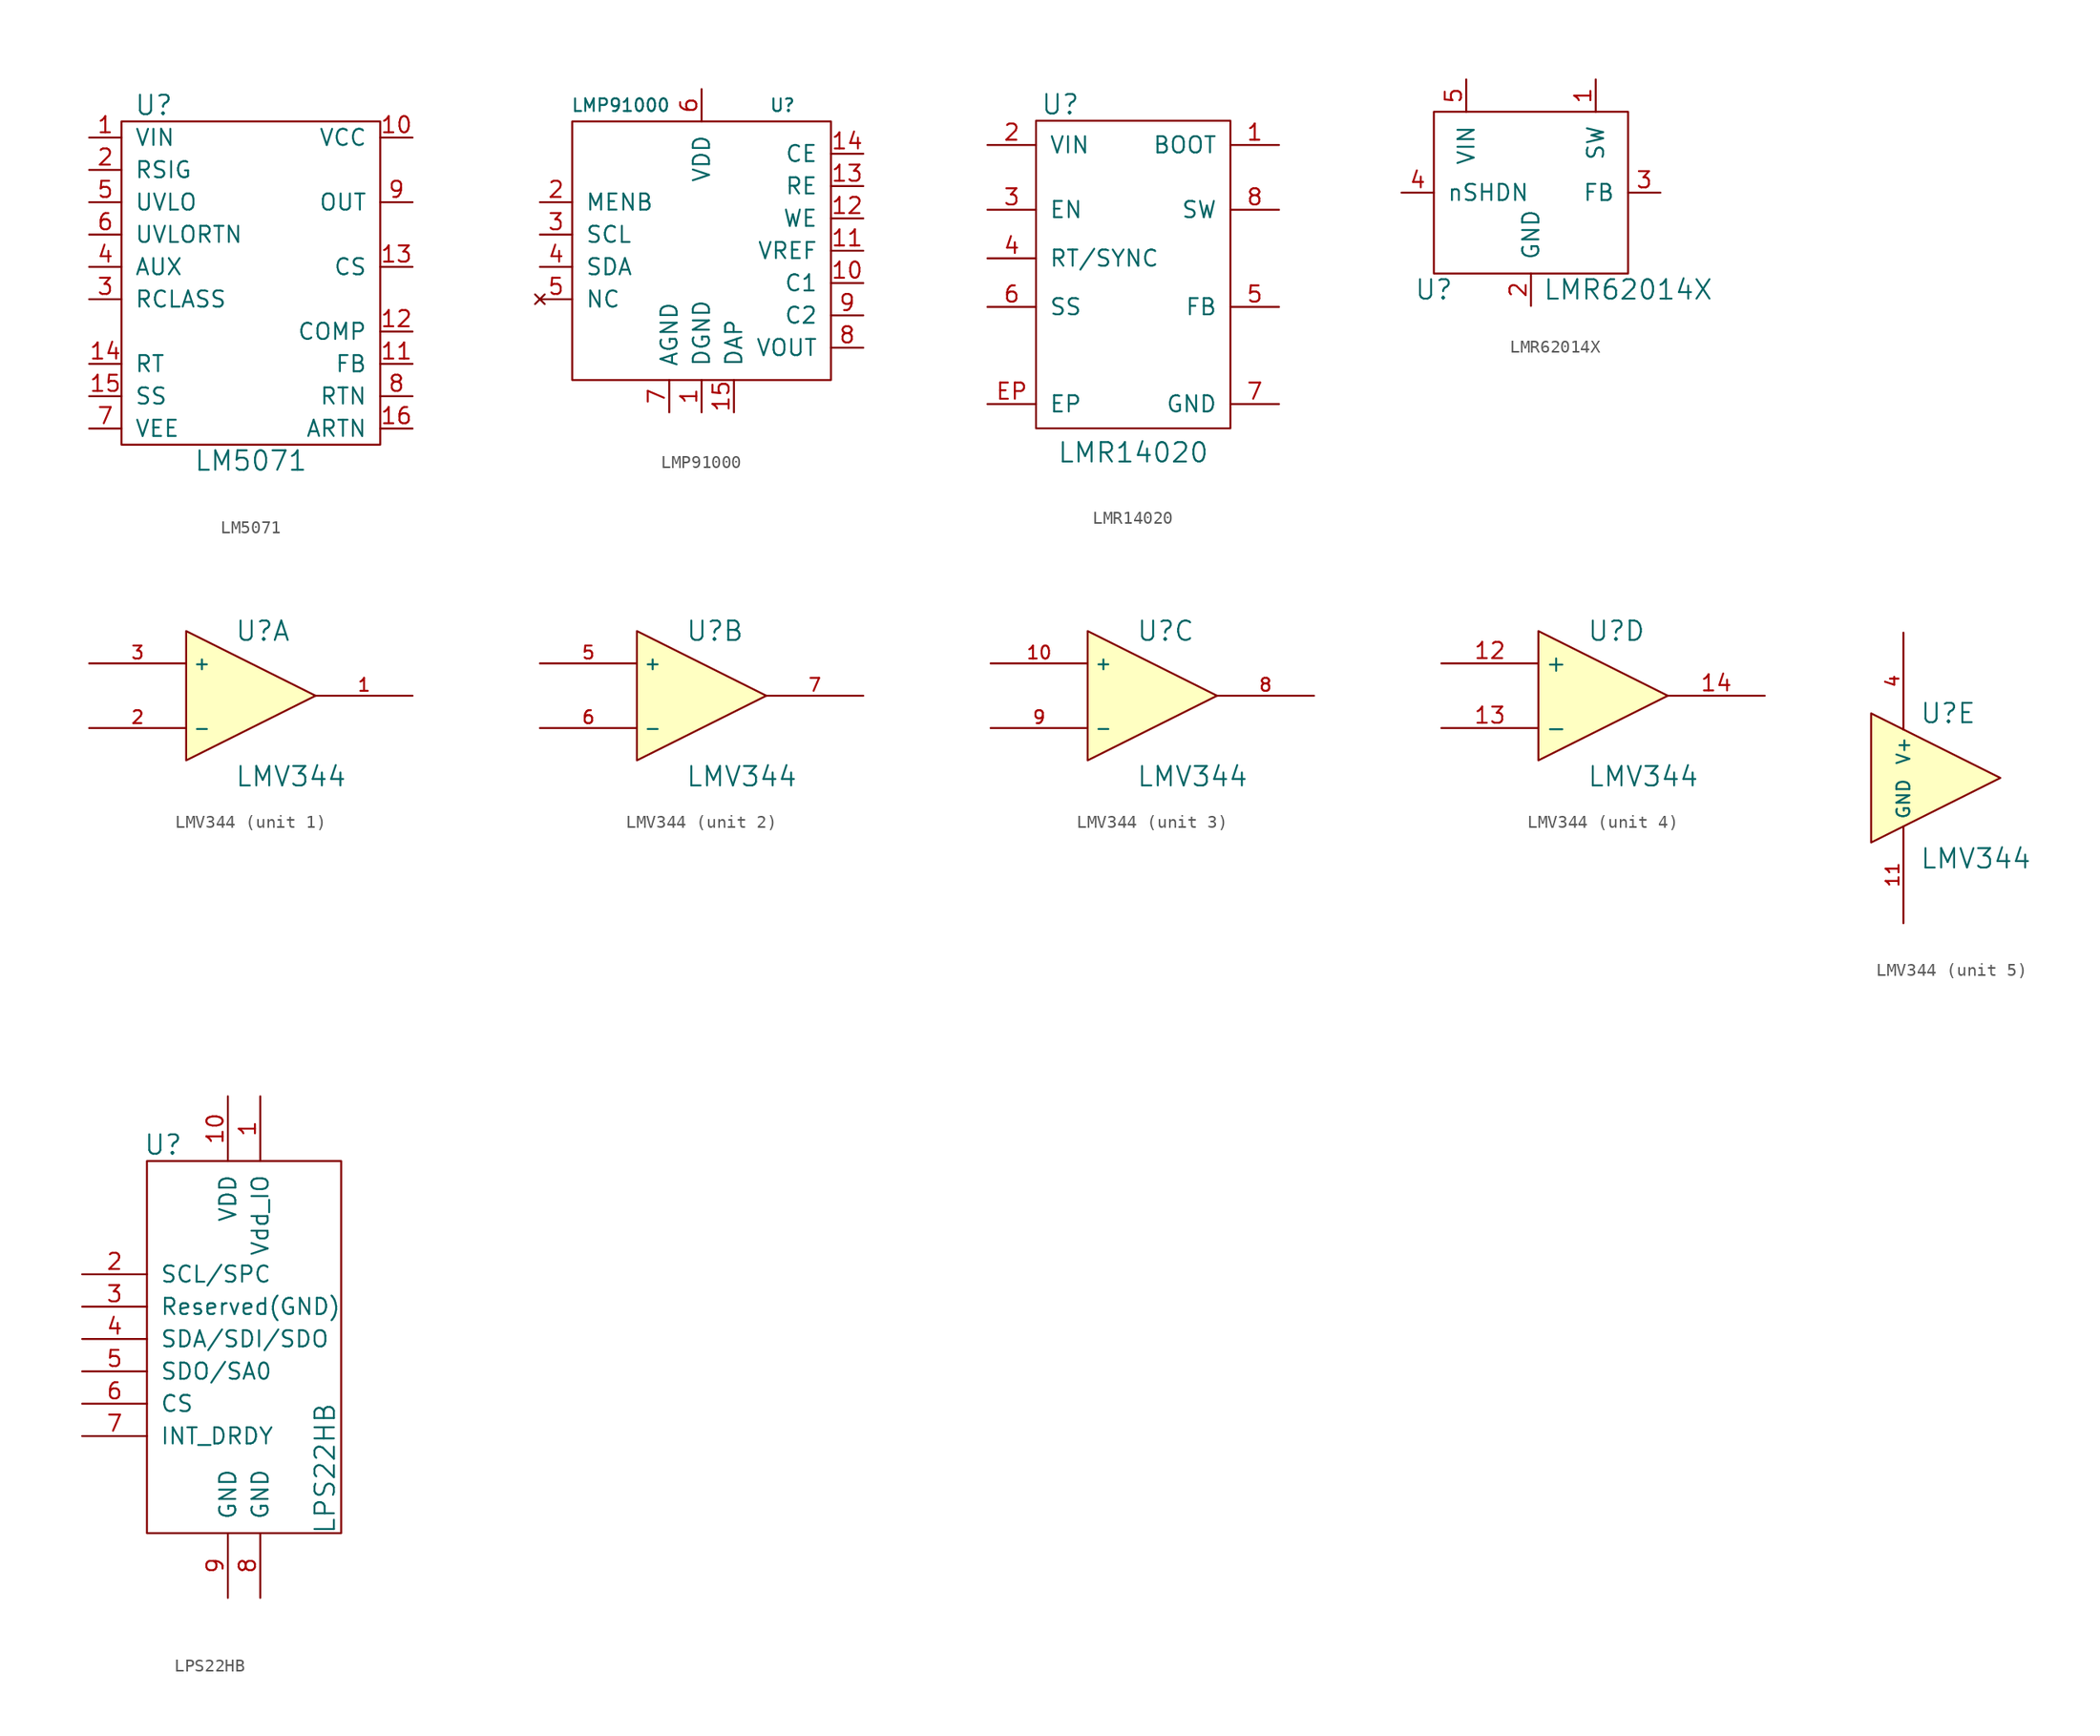
<source format=kicad_sym>
(kicad_symbol_lib
  (version 20210619)
  (generator kicad_symbol_editor)
  (symbol "tinkerforge:LM5071"
    (pin_names
      (offset 1.016))
    (property "Reference" "U"
      (at -7.62 13.97 0)
      (effects (font (size 1.524 1.524))))
    (property "Value" "LM5071"
      (at 0 -13.97 0)
      (effects (font (size 1.524 1.524))))
    (property "Footprint" ""
      (at 1.27 5.08 0)
      (effects (font (size 1.524 1.524))))
    (property "Datasheet" ""
      (at 1.27 5.08 0)
      (effects (font (size 1.524 1.524))))
    (symbol "LM5071_0_1"
      (rectangle (start -10.16 12.7) (end 10.16 -12.7) (stroke (width 0)) (fill (type none))))
    (symbol "LM5071_1_1"
      (pin passive line (at -12.7 11.43 0) (length 2.54) (name "VIN" (effects (font (size 1.27 1.27)))) (number "1" (effects (font (size 1.27 1.27)))))
      (pin passive line (at 12.7 11.43 180) (length 2.54) (name "VCC" (effects (font (size 1.27 1.27)))) (number "10" (effects (font (size 1.27 1.27)))))
      (pin passive line (at 12.7 -6.35 180) (length 2.54) (name "FB" (effects (font (size 1.27 1.27)))) (number "11" (effects (font (size 1.27 1.27)))))
      (pin passive line (at 12.7 -3.81 180) (length 2.54) (name "COMP" (effects (font (size 1.27 1.27)))) (number "12" (effects (font (size 1.27 1.27)))))
      (pin passive line (at 12.7 1.27 180) (length 2.54) (name "CS" (effects (font (size 1.27 1.27)))) (number "13" (effects (font (size 1.27 1.27)))))
      (pin passive line (at -12.7 -6.35 0) (length 2.54) (name "RT" (effects (font (size 1.27 1.27)))) (number "14" (effects (font (size 1.27 1.27)))))
      (pin passive line (at -12.7 -8.89 0) (length 2.54) (name "SS" (effects (font (size 1.27 1.27)))) (number "15" (effects (font (size 1.27 1.27)))))
      (pin passive line (at 12.7 -11.43 180) (length 2.54) (name "ARTN" (effects (font (size 1.27 1.27)))) (number "16" (effects (font (size 1.27 1.27)))))
      (pin passive line (at -12.7 8.89 0) (length 2.54) (name "RSIG" (effects (font (size 1.27 1.27)))) (number "2" (effects (font (size 1.27 1.27)))))
      (pin passive line (at -12.7 -1.27 0) (length 2.54) (name "RCLASS" (effects (font (size 1.27 1.27)))) (number "3" (effects (font (size 1.27 1.27)))))
      (pin passive line (at -12.7 1.27 0) (length 2.54) (name "AUX" (effects (font (size 1.27 1.27)))) (number "4" (effects (font (size 1.27 1.27)))))
      (pin passive line (at -12.7 6.35 0) (length 2.54) (name "UVLO" (effects (font (size 1.27 1.27)))) (number "5" (effects (font (size 1.27 1.27)))))
      (pin passive line (at -12.7 3.81 0) (length 2.54) (name "UVLORTN" (effects (font (size 1.27 1.27)))) (number "6" (effects (font (size 1.27 1.27)))))
      (pin passive line (at -12.7 -11.43 0) (length 2.54) (name "VEE" (effects (font (size 1.27 1.27)))) (number "7" (effects (font (size 1.27 1.27)))))
      (pin passive line (at 12.7 -8.89 180) (length 2.54) (name "RTN" (effects (font (size 1.27 1.27)))) (number "8" (effects (font (size 1.27 1.27)))))
      (pin passive line (at 12.7 6.35 180) (length 2.54) (name "OUT" (effects (font (size 1.27 1.27)))) (number "9" (effects (font (size 1.27 1.27)))))))
  (symbol "tinkerforge:LMP91000"
    (pin_names
      (offset 1.016))
    (property "Reference" "U"
      (at 6.35 11.43 0)
      (effects (font (size 0.991 0.991))))
    (property "Value" "LMP91000"
      (at -6.35 11.43 0)
      (effects (font (size 0.991 0.991))))
    (symbol "LMP91000_0_1"
      (rectangle (start 10.16 10.16) (end -10.16 -10.16) (stroke (width 0)) (fill (type none))))
    (symbol "LMP91000_1_1"
      (pin passive line (at 0 -12.7 90) (length 2.54) (name "DGND" (effects (font (size 1.27 1.27)))) (number "1" (effects (font (size 1.27 1.27)))))
      (pin passive line (at 12.7 -2.54 180) (length 2.54) (name "C1" (effects (font (size 1.27 1.27)))) (number "10" (effects (font (size 1.27 1.27)))))
      (pin passive line (at 12.7 0 180) (length 2.54) (name "VREF" (effects (font (size 1.27 1.27)))) (number "11" (effects (font (size 1.27 1.27)))))
      (pin passive line (at 12.7 2.54 180) (length 2.54) (name "WE" (effects (font (size 1.27 1.27)))) (number "12" (effects (font (size 1.27 1.27)))))
      (pin passive line (at 12.7 5.08 180) (length 2.54) (name "RE" (effects (font (size 1.27 1.27)))) (number "13" (effects (font (size 1.27 1.27)))))
      (pin passive line (at 12.7 7.62 180) (length 2.54) (name "CE" (effects (font (size 1.27 1.27)))) (number "14" (effects (font (size 1.27 1.27)))))
      (pin passive line (at 2.54 -12.7 90) (length 2.54) (name "DAP" (effects (font (size 1.27 1.27)))) (number "15" (effects (font (size 1.27 1.27)))))
      (pin passive line (at -12.7 3.81 0) (length 2.54) (name "MENB" (effects (font (size 1.27 1.27)))) (number "2" (effects (font (size 1.27 1.27)))))
      (pin passive line (at -12.7 1.27 0) (length 2.54) (name "SCL" (effects (font (size 1.27 1.27)))) (number "3" (effects (font (size 1.27 1.27)))))
      (pin passive line (at -12.7 -1.27 0) (length 2.54) (name "SDA" (effects (font (size 1.27 1.27)))) (number "4" (effects (font (size 1.27 1.27)))))
      (pin no_connect line (at -12.7 -3.81 0) (length 2.54) (name "NC" (effects (font (size 1.27 1.27)))) (number "5" (effects (font (size 1.27 1.27)))))
      (pin passive line (at 0 12.7 270) (length 2.54) (name "VDD" (effects (font (size 1.27 1.27)))) (number "6" (effects (font (size 1.27 1.27)))))
      (pin passive line (at -2.54 -12.7 90) (length 2.54) (name "AGND" (effects (font (size 1.27 1.27)))) (number "7" (effects (font (size 1.27 1.27)))))
      (pin passive line (at 12.7 -7.62 180) (length 2.54) (name "VOUT" (effects (font (size 1.27 1.27)))) (number "8" (effects (font (size 1.27 1.27)))))
      (pin passive line (at 12.7 -5.08 180) (length 2.54) (name "C2" (effects (font (size 1.27 1.27)))) (number "9" (effects (font (size 1.27 1.27)))))))
  (symbol "tinkerforge:LMR14020"
    (pin_names
      (offset 1.016))
    (property "Reference" "U"
      (at -5.715 13.335 0)
      (effects (font (size 1.524 1.524))))
    (property "Value" "LMR14020"
      (at 0 -13.97 0)
      (effects (font (size 1.524 1.524))))
    (symbol "LMR14020_0_1"
      (rectangle (start 7.62 12.065) (end -7.62 -12.065) (stroke (width 0)) (fill (type none))))
    (symbol "LMR14020_1_1"
      (pin passive line (at 11.43 10.16 180) (length 3.81) (name "BOOT" (effects (font (size 1.27 1.27)))) (number "1" (effects (font (size 1.27 1.27)))))
      (pin passive line (at -11.43 10.16 0) (length 3.81) (name "VIN" (effects (font (size 1.27 1.27)))) (number "2" (effects (font (size 1.27 1.27)))))
      (pin passive line (at -11.43 5.08 0) (length 3.81) (name "EN" (effects (font (size 1.27 1.27)))) (number "3" (effects (font (size 1.27 1.27)))))
      (pin passive line (at -11.43 1.27 0) (length 3.81) (name "RT/SYNC" (effects (font (size 1.27 1.27)))) (number "4" (effects (font (size 1.27 1.27)))))
      (pin passive line (at 11.43 -2.54 180) (length 3.81) (name "FB" (effects (font (size 1.27 1.27)))) (number "5" (effects (font (size 1.27 1.27)))))
      (pin passive line (at -11.43 -2.54 0) (length 3.81) (name "SS" (effects (font (size 1.27 1.27)))) (number "6" (effects (font (size 1.27 1.27)))))
      (pin passive line (at 11.43 -10.16 180) (length 3.81) (name "GND" (effects (font (size 1.27 1.27)))) (number "7" (effects (font (size 1.27 1.27)))))
      (pin passive line (at 11.43 5.08 180) (length 3.81) (name "SW" (effects (font (size 1.27 1.27)))) (number "8" (effects (font (size 1.27 1.27)))))
      (pin passive line (at -11.43 -10.16 0) (length 3.81) (name "EP" (effects (font (size 1.27 1.27)))) (number "EP" (effects (font (size 1.27 1.27)))))))
  (symbol "tinkerforge:LMR62014X"
    (pin_names
      (offset 1.016))
    (property "Reference" "U"
      (at -7.62 -7.62 0)
      (effects (font (size 1.524 1.524))))
    (property "Value" "LMR62014X"
      (at 7.62 -7.62 0)
      (effects (font (size 1.524 1.524))))
    (property "Footprint" ""
      (at 0 0 0)
      (effects (font (size 1.524 1.524))))
    (property "Datasheet" ""
      (at 0 0 0)
      (effects (font (size 1.524 1.524))))
    (symbol "LMR62014X_0_1"
      (rectangle (start -7.62 6.35) (end 7.62 -6.35) (stroke (width 0)) (fill (type none))))
    (symbol "LMR62014X_1_1"
      (pin input line (at 5.08 8.89 270) (length 2.54) (name "SW" (effects (font (size 1.27 1.27)))) (number "1" (effects (font (size 1.27 1.27)))))
      (pin input line (at 0 -8.89 90) (length 2.54) (name "GND" (effects (font (size 1.27 1.27)))) (number "2" (effects (font (size 1.27 1.27)))))
      (pin input line (at 10.16 0 180) (length 2.54) (name "FB" (effects (font (size 1.27 1.27)))) (number "3" (effects (font (size 1.27 1.27)))))
      (pin input line (at -10.16 0 0) (length 2.54) (name "nSHDN" (effects (font (size 1.27 1.27)))) (number "4" (effects (font (size 1.27 1.27)))))
      (pin input line (at -5.08 8.89 270) (length 2.54) (name "VIN" (effects (font (size 1.27 1.27)))) (number "5" (effects (font (size 1.27 1.27)))))))
  (symbol "tinkerforge:LMV344"
    (property "Reference" "U"
      (at -1.27 5.08 0)
      (effects (font (size 1.524 1.524)) (justify left)))
    (property "Value" "LMV344"
      (at -1.27 -6.35 0)
      (effects (font (size 1.524 1.524)) (justify left)))
    (property "Footprint" ""
      (at 0 0 0)
      (effects (font (size 1.524 1.524))))
    (property "Datasheet" ""
      (at 0 0 0)
      (effects (font (size 1.524 1.524))))
    (property "ki_locked" ""
      (at 0 0 0)
      (effects (font (size 1.27 1.27))))
    (symbol "LMV344_0_1"
      (polyline (pts (xy -5.08 5.08) (xy 5.08 0) (xy -5.08 -5.08) (xy -5.08 5.08)) (stroke (width 0.152)) (fill (type background))))
    (symbol "LMV344_1_1"
      (pin output line (at 12.7 0 180) (length 7.62) (name "~" (effects (font (size 1.016 1.016)))) (number "1" (effects (font (size 1.016 1.016)))))
      (pin input line (at -12.7 -2.54 0) (length 7.62) (name "-" (effects (font (size 1.016 1.016)))) (number "2" (effects (font (size 1.016 1.016)))))
      (pin input line (at -12.7 2.54 0) (length 7.62) (name "+" (effects (font (size 1.016 1.016)))) (number "3" (effects (font (size 1.016 1.016))))))
    (symbol "LMV344_2_1"
      (pin input line (at -12.7 2.54 0) (length 7.62) (name "+" (effects (font (size 1.016 1.016)))) (number "5" (effects (font (size 1.016 1.016)))))
      (pin input line (at -12.7 -2.54 0) (length 7.62) (name "-" (effects (font (size 1.016 1.016)))) (number "6" (effects (font (size 1.016 1.016)))))
      (pin output line (at 12.7 0 180) (length 7.62) (name "~" (effects (font (size 1.016 1.016)))) (number "7" (effects (font (size 1.016 1.016))))))
    (symbol "LMV344_3_1"
      (pin input line (at -12.7 2.54 0) (length 7.62) (name "+" (effects (font (size 1.016 1.016)))) (number "10" (effects (font (size 1.016 1.016)))))
      (pin output line (at 12.7 0 180) (length 7.62) (name "~" (effects (font (size 1.016 1.016)))) (number "8" (effects (font (size 1.016 1.016)))))
      (pin input line (at -12.7 -2.54 0) (length 7.62) (name "-" (effects (font (size 1.016 1.016)))) (number "9" (effects (font (size 1.016 1.016))))))
    (symbol "LMV344_4_1"
      (pin input line (at -12.7 2.54 0) (length 7.62) (name "+" (effects (font (size 1.27 1.27)))) (number "12" (effects (font (size 1.27 1.27)))))
      (pin input line (at -12.7 -2.54 0) (length 7.62) (name "-" (effects (font (size 1.27 1.27)))) (number "13" (effects (font (size 1.27 1.27)))))
      (pin output line (at 12.7 0 180) (length 7.62) (name "~" (effects (font (size 1.27 1.27)))) (number "14" (effects (font (size 1.27 1.27))))))
    (symbol "LMV344_5_1"
      (pin power_in line (at -2.54 -11.43 90) (length 7.62) (name "GND" (effects (font (size 1.016 1.016)))) (number "11" (effects (font (size 1.016 1.016)))))
      (pin power_in line (at -2.54 11.43 270) (length 7.62) (name "V+" (effects (font (size 1.016 1.016)))) (number "4" (effects (font (size 1.016 1.016)))))))
  (symbol "tinkerforge:LPS22HB"
    (pin_names
      (offset 1.016))
    (property "Reference" "U"
      (at -6.35 16.51 0)
      (effects (font (size 1.524 1.524))))
    (property "Value" "LPS22HB"
      (at 6.35 -8.89 90)
      (effects (font (size 1.524 1.524))))
    (property "Footprint" ""
      (at -1.27 7.62 0)
      (effects (font (size 1.524 1.524))))
    (property "Datasheet" ""
      (at -1.27 7.62 0)
      (effects (font (size 1.524 1.524))))
    (symbol "LPS22HB_0_1"
      (rectangle (start -7.62 15.24) (end 7.62 -13.97) (stroke (width 0)) (fill (type none))))
    (symbol "LPS22HB_1_1"
      (pin passive line (at 1.27 20.32 270) (length 5.08) (name "Vdd_IO" (effects (font (size 1.27 1.27)))) (number "1" (effects (font (size 1.27 1.27)))))
      (pin passive line (at -1.27 20.32 270) (length 5.08) (name "VDD" (effects (font (size 1.27 1.27)))) (number "10" (effects (font (size 1.27 1.27)))))
      (pin passive line (at -12.7 6.35 0) (length 5.08) (name "SCL/SPC" (effects (font (size 1.27 1.27)))) (number "2" (effects (font (size 1.27 1.27)))))
      (pin passive line (at -12.7 3.81 0) (length 5.08) (name "Reserved(GND)" (effects (font (size 1.27 1.27)))) (number "3" (effects (font (size 1.27 1.27)))))
      (pin passive line (at -12.7 1.27 0) (length 5.08) (name "SDA/SDI/SDO" (effects (font (size 1.27 1.27)))) (number "4" (effects (font (size 1.27 1.27)))))
      (pin passive line (at -12.7 -1.27 0) (length 5.08) (name "SDO/SA0" (effects (font (size 1.27 1.27)))) (number "5" (effects (font (size 1.27 1.27)))))
      (pin passive line (at -12.7 -3.81 0) (length 5.08) (name "CS" (effects (font (size 1.27 1.27)))) (number "6" (effects (font (size 1.27 1.27)))))
      (pin passive line (at -12.7 -6.35 0) (length 5.08) (name "INT_DRDY" (effects (font (size 1.27 1.27)))) (number "7" (effects (font (size 1.27 1.27)))))
      (pin passive line (at 1.27 -19.05 90) (length 5.08) (name "GND" (effects (font (size 1.27 1.27)))) (number "8" (effects (font (size 1.27 1.27)))))
      (pin passive line (at -1.27 -19.05 90) (length 5.08) (name "GND" (effects (font (size 1.27 1.27)))) (number "9" (effects (font (size 1.27 1.27))))))))
</source>
